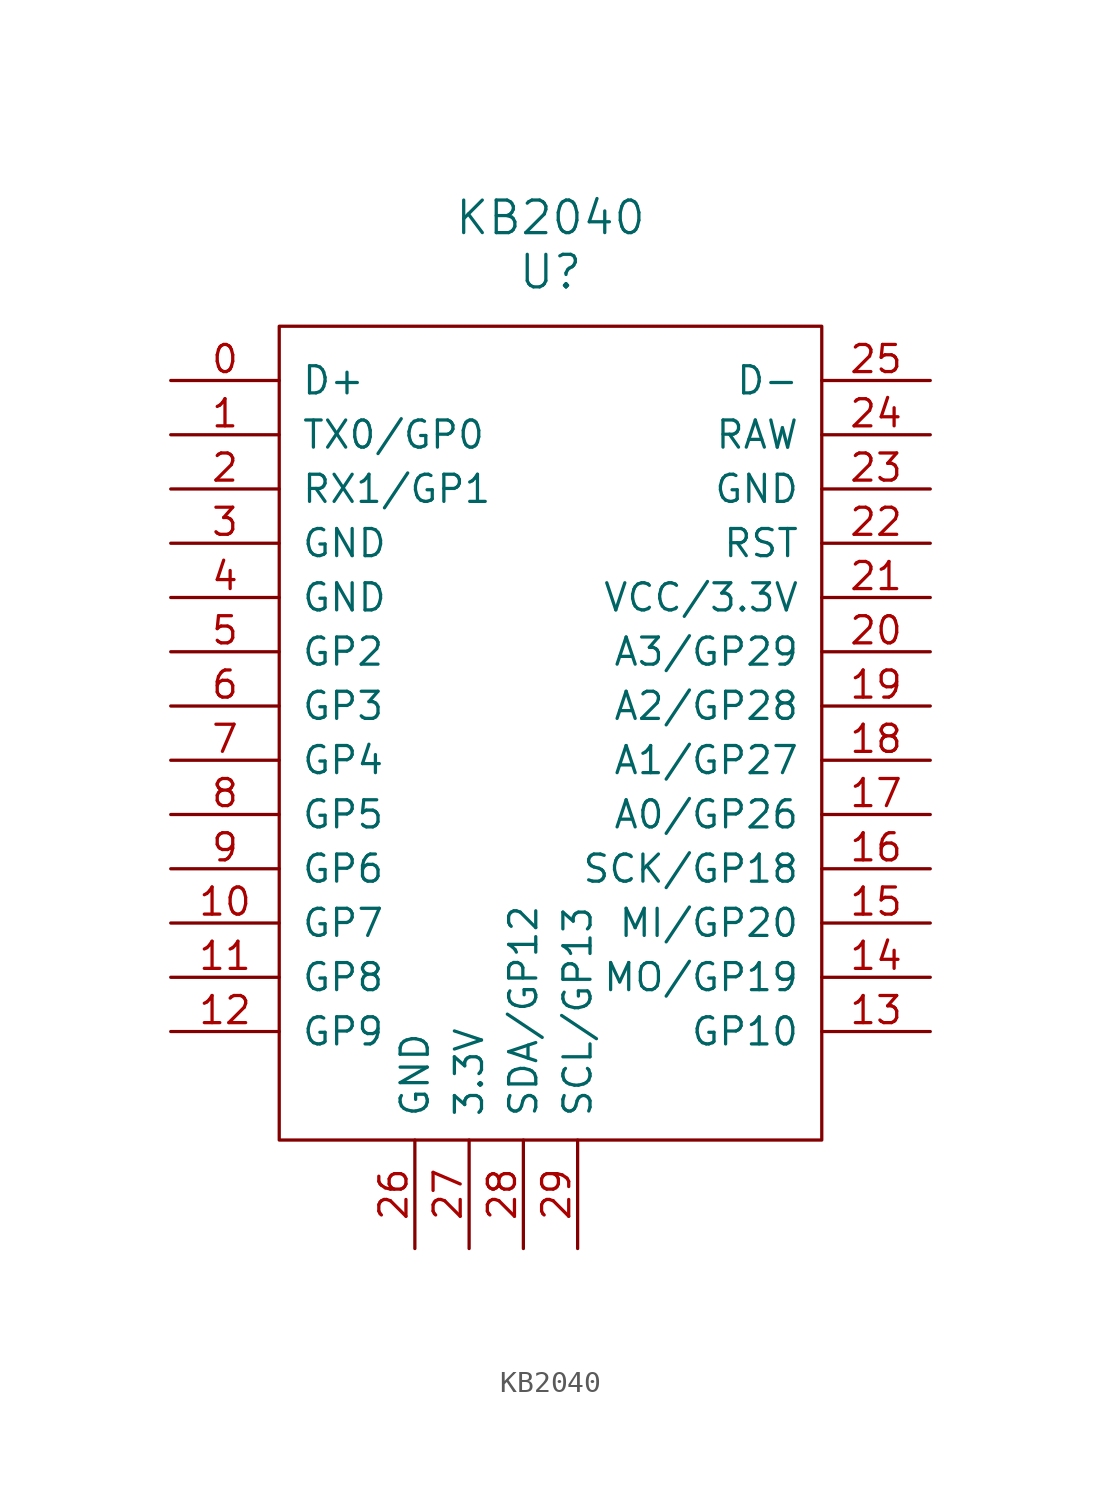
<source format=kicad_sym>
(kicad_symbol_lib
  (version 20211014)
  (generator kicad_symbol_editor)
  (symbol "KB2040"
    (pin_names
      (offset 1.016))
    (property "Reference" "U"
      (at 0 21.59 0)
      (effects (font (size 1.524 1.524))))
    (property "Value" "KB2040"
      (at 0 24.13 0)
      (effects (font (size 1.524 1.524))))
    (symbol "KB2040_0_1"
      (rectangle (start -12.7 19.05) (end 12.7 -19.05) (stroke (width 0) (type default) (color 0 0 0 0)) (fill (type none))))
    (symbol "KB2040_1_1"
      (pin input line (at -17.78 16.51 0) (length 5.08) (name "D+" (effects (font (size 1.27 1.27)))) (number "0" (effects (font (size 1.27 1.27)))))
      (pin input line (at -17.78 13.97 0) (length 5.08) (name "TX0/GP0" (effects (font (size 1.27 1.27)))) (number "1" (effects (font (size 1.27 1.27)))))
      (pin input line (at -17.78 -8.89 0) (length 5.08) (name "GP7" (effects (font (size 1.27 1.27)))) (number "10" (effects (font (size 1.27 1.27)))))
      (pin input line (at -17.78 -11.43 0) (length 5.08) (name "GP8" (effects (font (size 1.27 1.27)))) (number "11" (effects (font (size 1.27 1.27)))))
      (pin input line (at -17.78 -13.97 0) (length 5.08) (name "GP9" (effects (font (size 1.27 1.27)))) (number "12" (effects (font (size 1.27 1.27)))))
      (pin input line (at 17.78 -13.97 180) (length 5.08) (name "GP10" (effects (font (size 1.27 1.27)))) (number "13" (effects (font (size 1.27 1.27)))))
      (pin input line (at 17.78 -11.43 180) (length 5.08) (name "MO/GP19" (effects (font (size 1.27 1.27)))) (number "14" (effects (font (size 1.27 1.27)))))
      (pin input line (at 17.78 -8.89 180) (length 5.08) (name "MI/GP20" (effects (font (size 1.27 1.27)))) (number "15" (effects (font (size 1.27 1.27)))))
      (pin input line (at 17.78 -6.35 180) (length 5.08) (name "SCK/GP18" (effects (font (size 1.27 1.27)))) (number "16" (effects (font (size 1.27 1.27)))))
      (pin input line (at 17.78 -3.81 180) (length 5.08) (name "A0/GP26" (effects (font (size 1.27 1.27)))) (number "17" (effects (font (size 1.27 1.27)))))
      (pin input line (at 17.78 -1.27 180) (length 5.08) (name "A1/GP27" (effects (font (size 1.27 1.27)))) (number "18" (effects (font (size 1.27 1.27)))))
      (pin input line (at 17.78 1.27 180) (length 5.08) (name "A2/GP28" (effects (font (size 1.27 1.27)))) (number "19" (effects (font (size 1.27 1.27)))))
      (pin input line (at -17.78 11.43 0) (length 5.08) (name "RX1/GP1" (effects (font (size 1.27 1.27)))) (number "2" (effects (font (size 1.27 1.27)))))
      (pin input line (at 17.78 3.81 180) (length 5.08) (name "A3/GP29" (effects (font (size 1.27 1.27)))) (number "20" (effects (font (size 1.27 1.27)))))
      (pin input line (at 17.78 6.35 180) (length 5.08) (name "VCC/3.3V" (effects (font (size 1.27 1.27)))) (number "21" (effects (font (size 1.27 1.27)))))
      (pin input line (at 17.78 8.89 180) (length 5.08) (name "RST" (effects (font (size 1.27 1.27)))) (number "22" (effects (font (size 1.27 1.27)))))
      (pin input line (at 17.78 11.43 180) (length 5.08) (name "GND" (effects (font (size 1.27 1.27)))) (number "23" (effects (font (size 1.27 1.27)))))
      (pin input line (at 17.78 13.97 180) (length 5.08) (name "RAW" (effects (font (size 1.27 1.27)))) (number "24" (effects (font (size 1.27 1.27)))))
      (pin input line (at 17.78 16.51 180) (length 5.08) (name "D-" (effects (font (size 1.27 1.27)))) (number "25" (effects (font (size 1.27 1.27)))))
      (pin input line (at -6.35 -24.13 90) (length 5.08) (name "GND" (effects (font (size 1.27 1.27)))) (number "26" (effects (font (size 1.27 1.27)))))
      (pin input line (at -3.81 -24.13 90) (length 5.08) (name "3.3V" (effects (font (size 1.27 1.27)))) (number "27" (effects (font (size 1.27 1.27)))))
      (pin input line (at -1.27 -24.13 90) (length 5.08) (name "SDA/GP12" (effects (font (size 1.27 1.27)))) (number "28" (effects (font (size 1.27 1.27)))))
      (pin input line (at 1.27 -24.13 90) (length 5.08) (name "SCL/GP13" (effects (font (size 1.27 1.27)))) (number "29" (effects (font (size 1.27 1.27)))))
      (pin input line (at -17.78 8.89 0) (length 5.08) (name "GND" (effects (font (size 1.27 1.27)))) (number "3" (effects (font (size 1.27 1.27)))))
      (pin input line (at -17.78 6.35 0) (length 5.08) (name "GND" (effects (font (size 1.27 1.27)))) (number "4" (effects (font (size 1.27 1.27)))))
      (pin input line (at -17.78 3.81 0) (length 5.08) (name "GP2" (effects (font (size 1.27 1.27)))) (number "5" (effects (font (size 1.27 1.27)))))
      (pin input line (at -17.78 1.27 0) (length 5.08) (name "GP3" (effects (font (size 1.27 1.27)))) (number "6" (effects (font (size 1.27 1.27)))))
      (pin input line (at -17.78 -1.27 0) (length 5.08) (name "GP4" (effects (font (size 1.27 1.27)))) (number "7" (effects (font (size 1.27 1.27)))))
      (pin input line (at -17.78 -3.81 0) (length 5.08) (name "GP5" (effects (font (size 1.27 1.27)))) (number "8" (effects (font (size 1.27 1.27)))))
      (pin input line (at -17.78 -6.35 0) (length 5.08) (name "GP6" (effects (font (size 1.27 1.27)))) (number "9" (effects (font (size 1.27 1.27))))))))
</source>
